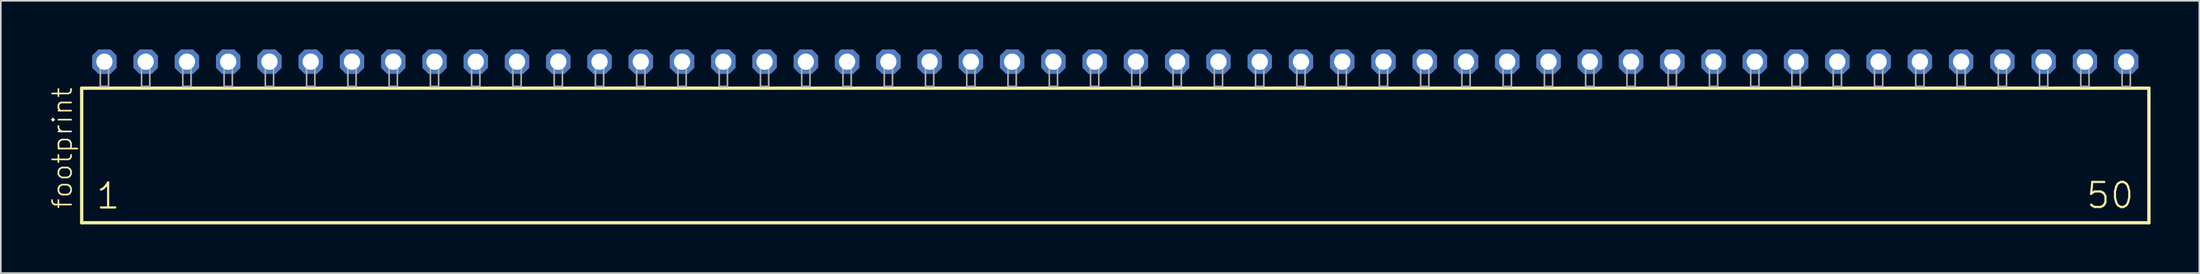
<source format=kicad_pcb>
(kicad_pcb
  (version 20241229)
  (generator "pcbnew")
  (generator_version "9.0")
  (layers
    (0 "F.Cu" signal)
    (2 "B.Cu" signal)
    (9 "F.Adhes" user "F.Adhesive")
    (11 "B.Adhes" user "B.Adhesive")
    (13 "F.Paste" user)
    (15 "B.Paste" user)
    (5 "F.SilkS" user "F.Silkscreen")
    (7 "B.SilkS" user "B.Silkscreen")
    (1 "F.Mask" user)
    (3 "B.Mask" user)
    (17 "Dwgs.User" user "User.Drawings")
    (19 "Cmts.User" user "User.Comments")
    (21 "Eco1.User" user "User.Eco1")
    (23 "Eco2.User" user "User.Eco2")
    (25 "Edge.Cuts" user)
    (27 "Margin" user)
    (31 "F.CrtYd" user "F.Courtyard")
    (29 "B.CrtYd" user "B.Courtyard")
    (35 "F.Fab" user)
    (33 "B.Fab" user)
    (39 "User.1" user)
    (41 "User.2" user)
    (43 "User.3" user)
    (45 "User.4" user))
  (footprint "footprint"
    (layer "F.Cu")
    (at 65.608 2.274)
    (property "Reference" "footprint" (at -64.135 7.62 90) (layer "F.SilkS") (effects (font (size 1.168 1.168) (thickness 0.102)) (justify left bottom)))
    (fp_line (start -63.629 0.106) (end -63.629 8.396) (stroke (width 0.203) (type solid)) (layer "F.SilkS"))
    (fp_line (start -63.629 8.396) (end 63.629 8.396) (stroke (width 0.203) (type solid)) (layer "F.SilkS"))
    (fp_line (start 63.629 0.106) (end -63.629 0.106) (stroke (width 0.203) (type solid)) (layer "F.SilkS"))
    (fp_line (start 63.629 8.396) (end 63.629 0.106) (stroke (width 0.203) (type solid)) (layer "F.SilkS"))
    (fp_poly (pts (xy -62.484 0) (xy -61.976 0) (xy -61.976 -1.778) (xy -62.484 -1.778)) (stroke (width 0.1) (type solid)) (fill no) (layer "F.Fab"))
    (fp_poly (pts (xy -59.944 0) (xy -59.436 0) (xy -59.436 -1.778) (xy -59.944 -1.778)) (stroke (width 0.1) (type solid)) (fill no) (layer "F.Fab"))
    (fp_poly (pts (xy -57.404 0) (xy -56.896 0) (xy -56.896 -1.778) (xy -57.404 -1.778)) (stroke (width 0.1) (type solid)) (fill no) (layer "F.Fab"))
    (fp_poly (pts (xy -54.864 0) (xy -54.356 0) (xy -54.356 -1.778) (xy -54.864 -1.778)) (stroke (width 0.1) (type solid)) (fill no) (layer "F.Fab"))
    (fp_poly (pts (xy -52.324 0) (xy -51.816 0) (xy -51.816 -1.778) (xy -52.324 -1.778)) (stroke (width 0.1) (type solid)) (fill no) (layer "F.Fab"))
    (fp_poly (pts (xy -49.784 0) (xy -49.276 0) (xy -49.276 -1.778) (xy -49.784 -1.778)) (stroke (width 0.1) (type solid)) (fill no) (layer "F.Fab"))
    (fp_poly (pts (xy -47.244 0) (xy -46.736 0) (xy -46.736 -1.778) (xy -47.244 -1.778)) (stroke (width 0.1) (type solid)) (fill no) (layer "F.Fab"))
    (fp_poly (pts (xy -44.704 0) (xy -44.196 0) (xy -44.196 -1.778) (xy -44.704 -1.778)) (stroke (width 0.1) (type solid)) (fill no) (layer "F.Fab"))
    (fp_poly (pts (xy -42.164 0) (xy -41.656 0) (xy -41.656 -1.778) (xy -42.164 -1.778)) (stroke (width 0.1) (type solid)) (fill no) (layer "F.Fab"))
    (fp_poly (pts (xy -39.624 0) (xy -39.116 0) (xy -39.116 -1.778) (xy -39.624 -1.778)) (stroke (width 0.1) (type solid)) (fill no) (layer "F.Fab"))
    (fp_poly (pts (xy -37.084 0) (xy -36.576 0) (xy -36.576 -1.778) (xy -37.084 -1.778)) (stroke (width 0.1) (type solid)) (fill no) (layer "F.Fab"))
    (fp_poly (pts (xy -34.544 0) (xy -34.036 0) (xy -34.036 -1.778) (xy -34.544 -1.778)) (stroke (width 0.1) (type solid)) (fill no) (layer "F.Fab"))
    (fp_poly (pts (xy -32.004 0) (xy -31.496 0) (xy -31.496 -1.778) (xy -32.004 -1.778)) (stroke (width 0.1) (type solid)) (fill no) (layer "F.Fab"))
    (fp_poly (pts (xy -29.464 0) (xy -28.956 0) (xy -28.956 -1.778) (xy -29.464 -1.778)) (stroke (width 0.1) (type solid)) (fill no) (layer "F.Fab"))
    (fp_poly (pts (xy -26.924 0) (xy -26.416 0) (xy -26.416 -1.778) (xy -26.924 -1.778)) (stroke (width 0.1) (type solid)) (fill no) (layer "F.Fab"))
    (fp_poly (pts (xy -24.384 0) (xy -23.876 0) (xy -23.876 -1.778) (xy -24.384 -1.778)) (stroke (width 0.1) (type solid)) (fill no) (layer "F.Fab"))
    (fp_poly (pts (xy -21.844 0) (xy -21.336 0) (xy -21.336 -1.778) (xy -21.844 -1.778)) (stroke (width 0.1) (type solid)) (fill no) (layer "F.Fab"))
    (fp_poly (pts (xy -19.304 0) (xy -18.796 0) (xy -18.796 -1.778) (xy -19.304 -1.778)) (stroke (width 0.1) (type solid)) (fill no) (layer "F.Fab"))
    (fp_poly (pts (xy -16.764 0) (xy -16.256 0) (xy -16.256 -1.778) (xy -16.764 -1.778)) (stroke (width 0.1) (type solid)) (fill no) (layer "F.Fab"))
    (fp_poly (pts (xy -14.224 0) (xy -13.716 0) (xy -13.716 -1.778) (xy -14.224 -1.778)) (stroke (width 0.1) (type solid)) (fill no) (layer "F.Fab"))
    (fp_poly (pts (xy -11.684 0) (xy -11.176 0) (xy -11.176 -1.778) (xy -11.684 -1.778)) (stroke (width 0.1) (type solid)) (fill no) (layer "F.Fab"))
    (fp_poly (pts (xy -9.144 0) (xy -8.636 0) (xy -8.636 -1.778) (xy -9.144 -1.778)) (stroke (width 0.1) (type solid)) (fill no) (layer "F.Fab"))
    (fp_poly (pts (xy -6.604 0) (xy -6.096 0) (xy -6.096 -1.778) (xy -6.604 -1.778)) (stroke (width 0.1) (type solid)) (fill no) (layer "F.Fab"))
    (fp_poly (pts (xy -4.064 0) (xy -3.556 0) (xy -3.556 -1.778) (xy -4.064 -1.778)) (stroke (width 0.1) (type solid)) (fill no) (layer "F.Fab"))
    (fp_poly (pts (xy -1.524 0) (xy -1.016 0) (xy -1.016 -1.778) (xy -1.524 -1.778)) (stroke (width 0.1) (type solid)) (fill no) (layer "F.Fab"))
    (fp_poly (pts (xy 1.016 0) (xy 1.524 0) (xy 1.524 -1.778) (xy 1.016 -1.778)) (stroke (width 0.1) (type solid)) (fill no) (layer "F.Fab"))
    (fp_poly (pts (xy 3.556 0) (xy 4.064 0) (xy 4.064 -1.778) (xy 3.556 -1.778)) (stroke (width 0.1) (type solid)) (fill no) (layer "F.Fab"))
    (fp_poly (pts (xy 6.096 0) (xy 6.604 0) (xy 6.604 -1.778) (xy 6.096 -1.778)) (stroke (width 0.1) (type solid)) (fill no) (layer "F.Fab"))
    (fp_poly (pts (xy 8.636 0) (xy 9.144 0) (xy 9.144 -1.778) (xy 8.636 -1.778)) (stroke (width 0.1) (type solid)) (fill no) (layer "F.Fab"))
    (fp_poly (pts (xy 11.176 0) (xy 11.684 0) (xy 11.684 -1.778) (xy 11.176 -1.778)) (stroke (width 0.1) (type solid)) (fill no) (layer "F.Fab"))
    (fp_poly (pts (xy 13.716 0) (xy 14.224 0) (xy 14.224 -1.778) (xy 13.716 -1.778)) (stroke (width 0.1) (type solid)) (fill no) (layer "F.Fab"))
    (fp_poly (pts (xy 16.256 0) (xy 16.764 0) (xy 16.764 -1.778) (xy 16.256 -1.778)) (stroke (width 0.1) (type solid)) (fill no) (layer "F.Fab"))
    (fp_poly (pts (xy 18.796 0) (xy 19.304 0) (xy 19.304 -1.778) (xy 18.796 -1.778)) (stroke (width 0.1) (type solid)) (fill no) (layer "F.Fab"))
    (fp_poly (pts (xy 21.336 0) (xy 21.844 0) (xy 21.844 -1.778) (xy 21.336 -1.778)) (stroke (width 0.1) (type solid)) (fill no) (layer "F.Fab"))
    (fp_poly (pts (xy 23.876 0) (xy 24.384 0) (xy 24.384 -1.778) (xy 23.876 -1.778)) (stroke (width 0.1) (type solid)) (fill no) (layer "F.Fab"))
    (fp_poly (pts (xy 26.416 0) (xy 26.924 0) (xy 26.924 -1.778) (xy 26.416 -1.778)) (stroke (width 0.1) (type solid)) (fill no) (layer "F.Fab"))
    (fp_poly (pts (xy 28.956 0) (xy 29.464 0) (xy 29.464 -1.778) (xy 28.956 -1.778)) (stroke (width 0.1) (type solid)) (fill no) (layer "F.Fab"))
    (fp_poly (pts (xy 31.496 0) (xy 32.004 0) (xy 32.004 -1.778) (xy 31.496 -1.778)) (stroke (width 0.1) (type solid)) (fill no) (layer "F.Fab"))
    (fp_poly (pts (xy 34.036 0) (xy 34.544 0) (xy 34.544 -1.778) (xy 34.036 -1.778)) (stroke (width 0.1) (type solid)) (fill no) (layer "F.Fab"))
    (fp_poly (pts (xy 36.576 0) (xy 37.084 0) (xy 37.084 -1.778) (xy 36.576 -1.778)) (stroke (width 0.1) (type solid)) (fill no) (layer "F.Fab"))
    (fp_poly (pts (xy 39.116 0) (xy 39.624 0) (xy 39.624 -1.778) (xy 39.116 -1.778)) (stroke (width 0.1) (type solid)) (fill no) (layer "F.Fab"))
    (fp_poly (pts (xy 41.656 0) (xy 42.164 0) (xy 42.164 -1.778) (xy 41.656 -1.778)) (stroke (width 0.1) (type solid)) (fill no) (layer "F.Fab"))
    (fp_poly (pts (xy 44.196 0) (xy 44.704 0) (xy 44.704 -1.778) (xy 44.196 -1.778)) (stroke (width 0.1) (type solid)) (fill no) (layer "F.Fab"))
    (fp_poly (pts (xy 46.736 0) (xy 47.244 0) (xy 47.244 -1.778) (xy 46.736 -1.778)) (stroke (width 0.1) (type solid)) (fill no) (layer "F.Fab"))
    (fp_poly (pts (xy 49.276 0) (xy 49.784 0) (xy 49.784 -1.778) (xy 49.276 -1.778)) (stroke (width 0.1) (type solid)) (fill no) (layer "F.Fab"))
    (fp_poly (pts (xy 51.816 0) (xy 52.324 0) (xy 52.324 -1.778) (xy 51.816 -1.778)) (stroke (width 0.1) (type solid)) (fill no) (layer "F.Fab"))
    (fp_poly (pts (xy 54.356 0) (xy 54.864 0) (xy 54.864 -1.778) (xy 54.356 -1.778)) (stroke (width 0.1) (type solid)) (fill no) (layer "F.Fab"))
    (fp_poly (pts (xy 56.896 0) (xy 57.404 0) (xy 57.404 -1.778) (xy 56.896 -1.778)) (stroke (width 0.1) (type solid)) (fill no) (layer "F.Fab"))
    (fp_poly (pts (xy 59.436 0) (xy 59.944 0) (xy 59.944 -1.778) (xy 59.436 -1.778)) (stroke (width 0.1) (type solid)) (fill no) (layer "F.Fab"))
    (fp_poly (pts (xy 61.976 0) (xy 62.484 0) (xy 62.484 -1.778) (xy 61.976 -1.778)) (stroke (width 0.1) (type solid)) (fill no) (layer "F.Fab"))
    (fp_text user "50" (at 59.69 7.62 0) (layer "F.SilkS") (effects (font (size 1.542 1.542) (thickness 0.134)) (justify left bottom)))
    (fp_text user "1" (at -62.825 7.65 0) (layer "F.SilkS") (effects (font (size 1.542 1.542) (thickness 0.134)) (justify left bottom)))
    (pad "1" thru_hole roundrect (at -62.23 -1.524) (size 1.5 1.5) (drill 1) (layers "*.Cu" "*.Mask") (roundrect_rratio 0.25) (chamfer_ratio 0.25) (chamfer top_left top_right bottom_left bottom_right))
    (pad "2" thru_hole roundrect (at -59.69 -1.524) (size 1.5 1.5) (drill 1) (layers "*.Cu" "*.Mask") (roundrect_rratio 0.25) (chamfer_ratio 0.25) (chamfer top_left top_right bottom_left bottom_right))
    (pad "3" thru_hole roundrect (at -57.15 -1.524) (size 1.5 1.5) (drill 1) (layers "*.Cu" "*.Mask") (roundrect_rratio 0.25) (chamfer_ratio 0.25) (chamfer top_left top_right bottom_left bottom_right))
    (pad "4" thru_hole roundrect (at -54.61 -1.524) (size 1.5 1.5) (drill 1) (layers "*.Cu" "*.Mask") (roundrect_rratio 0.25) (chamfer_ratio 0.25) (chamfer top_left top_right bottom_left bottom_right))
    (pad "5" thru_hole roundrect (at -52.07 -1.524) (size 1.5 1.5) (drill 1) (layers "*.Cu" "*.Mask") (roundrect_rratio 0.25) (chamfer_ratio 0.25) (chamfer top_left top_right bottom_left bottom_right))
    (pad "6" thru_hole roundrect (at -49.53 -1.524) (size 1.5 1.5) (drill 1) (layers "*.Cu" "*.Mask") (roundrect_rratio 0.25) (chamfer_ratio 0.25) (chamfer top_left top_right bottom_left bottom_right))
    (pad "7" thru_hole roundrect (at -46.99 -1.524) (size 1.5 1.5) (drill 1) (layers "*.Cu" "*.Mask") (roundrect_rratio 0.25) (chamfer_ratio 0.25) (chamfer top_left top_right bottom_left bottom_right))
    (pad "8" thru_hole roundrect (at -44.45 -1.524) (size 1.5 1.5) (drill 1) (layers "*.Cu" "*.Mask") (roundrect_rratio 0.25) (chamfer_ratio 0.25) (chamfer top_left top_right bottom_left bottom_right))
    (pad "9" thru_hole roundrect (at -41.91 -1.524) (size 1.5 1.5) (drill 1) (layers "*.Cu" "*.Mask") (roundrect_rratio 0.25) (chamfer_ratio 0.25) (chamfer top_left top_right bottom_left bottom_right))
    (pad "10" thru_hole roundrect (at -39.37 -1.524) (size 1.5 1.5) (drill 1) (layers "*.Cu" "*.Mask") (roundrect_rratio 0.25) (chamfer_ratio 0.25) (chamfer top_left top_right bottom_left bottom_right))
    (pad "11" thru_hole roundrect (at -36.83 -1.524) (size 1.5 1.5) (drill 1) (layers "*.Cu" "*.Mask") (roundrect_rratio 0.25) (chamfer_ratio 0.25) (chamfer top_left top_right bottom_left bottom_right))
    (pad "12" thru_hole roundrect (at -34.29 -1.524) (size 1.5 1.5) (drill 1) (layers "*.Cu" "*.Mask") (roundrect_rratio 0.25) (chamfer_ratio 0.25) (chamfer top_left top_right bottom_left bottom_right))
    (pad "13" thru_hole roundrect (at -31.75 -1.524) (size 1.5 1.5) (drill 1) (layers "*.Cu" "*.Mask") (roundrect_rratio 0.25) (chamfer_ratio 0.25) (chamfer top_left top_right bottom_left bottom_right))
    (pad "14" thru_hole roundrect (at -29.21 -1.524) (size 1.5 1.5) (drill 1) (layers "*.Cu" "*.Mask") (roundrect_rratio 0.25) (chamfer_ratio 0.25) (chamfer top_left top_right bottom_left bottom_right))
    (pad "15" thru_hole roundrect (at -26.67 -1.524) (size 1.5 1.5) (drill 1) (layers "*.Cu" "*.Mask") (roundrect_rratio 0.25) (chamfer_ratio 0.25) (chamfer top_left top_right bottom_left bottom_right))
    (pad "16" thru_hole roundrect (at -24.13 -1.524) (size 1.5 1.5) (drill 1) (layers "*.Cu" "*.Mask") (roundrect_rratio 0.25) (chamfer_ratio 0.25) (chamfer top_left top_right bottom_left bottom_right))
    (pad "17" thru_hole roundrect (at -21.59 -1.524) (size 1.5 1.5) (drill 1) (layers "*.Cu" "*.Mask") (roundrect_rratio 0.25) (chamfer_ratio 0.25) (chamfer top_left top_right bottom_left bottom_right))
    (pad "18" thru_hole roundrect (at -19.05 -1.524) (size 1.5 1.5) (drill 1) (layers "*.Cu" "*.Mask") (roundrect_rratio 0.25) (chamfer_ratio 0.25) (chamfer top_left top_right bottom_left bottom_right))
    (pad "19" thru_hole roundrect (at -16.51 -1.524) (size 1.5 1.5) (drill 1) (layers "*.Cu" "*.Mask") (roundrect_rratio 0.25) (chamfer_ratio 0.25) (chamfer top_left top_right bottom_left bottom_right))
    (pad "20" thru_hole roundrect (at -13.97 -1.524) (size 1.5 1.5) (drill 1) (layers "*.Cu" "*.Mask") (roundrect_rratio 0.25) (chamfer_ratio 0.25) (chamfer top_left top_right bottom_left bottom_right))
    (pad "21" thru_hole roundrect (at -11.43 -1.524) (size 1.5 1.5) (drill 1) (layers "*.Cu" "*.Mask") (roundrect_rratio 0.25) (chamfer_ratio 0.25) (chamfer top_left top_right bottom_left bottom_right))
    (pad "22" thru_hole roundrect (at -8.89 -1.524) (size 1.5 1.5) (drill 1) (layers "*.Cu" "*.Mask") (roundrect_rratio 0.25) (chamfer_ratio 0.25) (chamfer top_left top_right bottom_left bottom_right))
    (pad "23" thru_hole roundrect (at -6.35 -1.524) (size 1.5 1.5) (drill 1) (layers "*.Cu" "*.Mask") (roundrect_rratio 0.25) (chamfer_ratio 0.25) (chamfer top_left top_right bottom_left bottom_right))
    (pad "24" thru_hole roundrect (at -3.81 -1.524) (size 1.5 1.5) (drill 1) (layers "*.Cu" "*.Mask") (roundrect_rratio 0.25) (chamfer_ratio 0.25) (chamfer top_left top_right bottom_left bottom_right))
    (pad "25" thru_hole roundrect (at -1.27 -1.524) (size 1.5 1.5) (drill 1) (layers "*.Cu" "*.Mask") (roundrect_rratio 0.25) (chamfer_ratio 0.25) (chamfer top_left top_right bottom_left bottom_right))
    (pad "26" thru_hole roundrect (at 1.27 -1.524) (size 1.5 1.5) (drill 1) (layers "*.Cu" "*.Mask") (roundrect_rratio 0.25) (chamfer_ratio 0.25) (chamfer top_left top_right bottom_left bottom_right))
    (pad "27" thru_hole roundrect (at 3.81 -1.524) (size 1.5 1.5) (drill 1) (layers "*.Cu" "*.Mask") (roundrect_rratio 0.25) (chamfer_ratio 0.25) (chamfer top_left top_right bottom_left bottom_right))
    (pad "28" thru_hole roundrect (at 6.35 -1.524) (size 1.5 1.5) (drill 1) (layers "*.Cu" "*.Mask") (roundrect_rratio 0.25) (chamfer_ratio 0.25) (chamfer top_left top_right bottom_left bottom_right))
    (pad "29" thru_hole roundrect (at 8.89 -1.524) (size 1.5 1.5) (drill 1) (layers "*.Cu" "*.Mask") (roundrect_rratio 0.25) (chamfer_ratio 0.25) (chamfer top_left top_right bottom_left bottom_right))
    (pad "30" thru_hole roundrect (at 11.43 -1.524) (size 1.5 1.5) (drill 1) (layers "*.Cu" "*.Mask") (roundrect_rratio 0.25) (chamfer_ratio 0.25) (chamfer top_left top_right bottom_left bottom_right))
    (pad "31" thru_hole roundrect (at 13.97 -1.524) (size 1.5 1.5) (drill 1) (layers "*.Cu" "*.Mask") (roundrect_rratio 0.25) (chamfer_ratio 0.25) (chamfer top_left top_right bottom_left bottom_right))
    (pad "32" thru_hole roundrect (at 16.51 -1.524) (size 1.5 1.5) (drill 1) (layers "*.Cu" "*.Mask") (roundrect_rratio 0.25) (chamfer_ratio 0.25) (chamfer top_left top_right bottom_left bottom_right))
    (pad "33" thru_hole roundrect (at 19.05 -1.524) (size 1.5 1.5) (drill 1) (layers "*.Cu" "*.Mask") (roundrect_rratio 0.25) (chamfer_ratio 0.25) (chamfer top_left top_right bottom_left bottom_right))
    (pad "34" thru_hole roundrect (at 21.59 -1.524) (size 1.5 1.5) (drill 1) (layers "*.Cu" "*.Mask") (roundrect_rratio 0.25) (chamfer_ratio 0.25) (chamfer top_left top_right bottom_left bottom_right))
    (pad "35" thru_hole roundrect (at 24.13 -1.524) (size 1.5 1.5) (drill 1) (layers "*.Cu" "*.Mask") (roundrect_rratio 0.25) (chamfer_ratio 0.25) (chamfer top_left top_right bottom_left bottom_right))
    (pad "36" thru_hole roundrect (at 26.67 -1.524) (size 1.5 1.5) (drill 1) (layers "*.Cu" "*.Mask") (roundrect_rratio 0.25) (chamfer_ratio 0.25) (chamfer top_left top_right bottom_left bottom_right))
    (pad "37" thru_hole roundrect (at 29.21 -1.524) (size 1.5 1.5) (drill 1) (layers "*.Cu" "*.Mask") (roundrect_rratio 0.25) (chamfer_ratio 0.25) (chamfer top_left top_right bottom_left bottom_right))
    (pad "38" thru_hole roundrect (at 31.75 -1.524) (size 1.5 1.5) (drill 1) (layers "*.Cu" "*.Mask") (roundrect_rratio 0.25) (chamfer_ratio 0.25) (chamfer top_left top_right bottom_left bottom_right))
    (pad "39" thru_hole roundrect (at 34.29 -1.524) (size 1.5 1.5) (drill 1) (layers "*.Cu" "*.Mask") (roundrect_rratio 0.25) (chamfer_ratio 0.25) (chamfer top_left top_right bottom_left bottom_right))
    (pad "40" thru_hole roundrect (at 36.83 -1.524) (size 1.5 1.5) (drill 1) (layers "*.Cu" "*.Mask") (roundrect_rratio 0.25) (chamfer_ratio 0.25) (chamfer top_left top_right bottom_left bottom_right))
    (pad "41" thru_hole roundrect (at 39.37 -1.524) (size 1.5 1.5) (drill 1) (layers "*.Cu" "*.Mask") (roundrect_rratio 0.25) (chamfer_ratio 0.25) (chamfer top_left top_right bottom_left bottom_right))
    (pad "42" thru_hole roundrect (at 41.91 -1.524) (size 1.5 1.5) (drill 1) (layers "*.Cu" "*.Mask") (roundrect_rratio 0.25) (chamfer_ratio 0.25) (chamfer top_left top_right bottom_left bottom_right))
    (pad "43" thru_hole roundrect (at 44.45 -1.524) (size 1.5 1.5) (drill 1) (layers "*.Cu" "*.Mask") (roundrect_rratio 0.25) (chamfer_ratio 0.25) (chamfer top_left top_right bottom_left bottom_right))
    (pad "44" thru_hole roundrect (at 46.99 -1.524) (size 1.5 1.5) (drill 1) (layers "*.Cu" "*.Mask") (roundrect_rratio 0.25) (chamfer_ratio 0.25) (chamfer top_left top_right bottom_left bottom_right))
    (pad "45" thru_hole roundrect (at 49.53 -1.524) (size 1.5 1.5) (drill 1) (layers "*.Cu" "*.Mask") (roundrect_rratio 0.25) (chamfer_ratio 0.25) (chamfer top_left top_right bottom_left bottom_right))
    (pad "46" thru_hole roundrect (at 52.07 -1.524) (size 1.5 1.5) (drill 1) (layers "*.Cu" "*.Mask") (roundrect_rratio 0.25) (chamfer_ratio 0.25) (chamfer top_left top_right bottom_left bottom_right))
    (pad "47" thru_hole roundrect (at 54.61 -1.524) (size 1.5 1.5) (drill 1) (layers "*.Cu" "*.Mask") (roundrect_rratio 0.25) (chamfer_ratio 0.25) (chamfer top_left top_right bottom_left bottom_right))
    (pad "48" thru_hole roundrect (at 57.15 -1.524) (size 1.5 1.5) (drill 1) (layers "*.Cu" "*.Mask") (roundrect_rratio 0.25) (chamfer_ratio 0.25) (chamfer top_left top_right bottom_left bottom_right))
    (pad "49" thru_hole roundrect (at 59.69 -1.524) (size 1.5 1.5) (drill 1) (layers "*.Cu" "*.Mask") (roundrect_rratio 0.25) (chamfer_ratio 0.25) (chamfer top_left top_right bottom_left bottom_right))
    (pad "50" thru_hole roundrect (at 62.23 -1.524) (size 1.5 1.5) (drill 1) (layers "*.Cu" "*.Mask") (roundrect_rratio 0.25) (chamfer_ratio 0.25) (chamfer top_left top_right bottom_left bottom_right)))
  (gr_rect
    (start -3 -3)
    (end 132.339 13.772)
    (stroke (width 0.1) (type default))
    (fill no)
    (layer "Edge.Cuts")))
</source>
